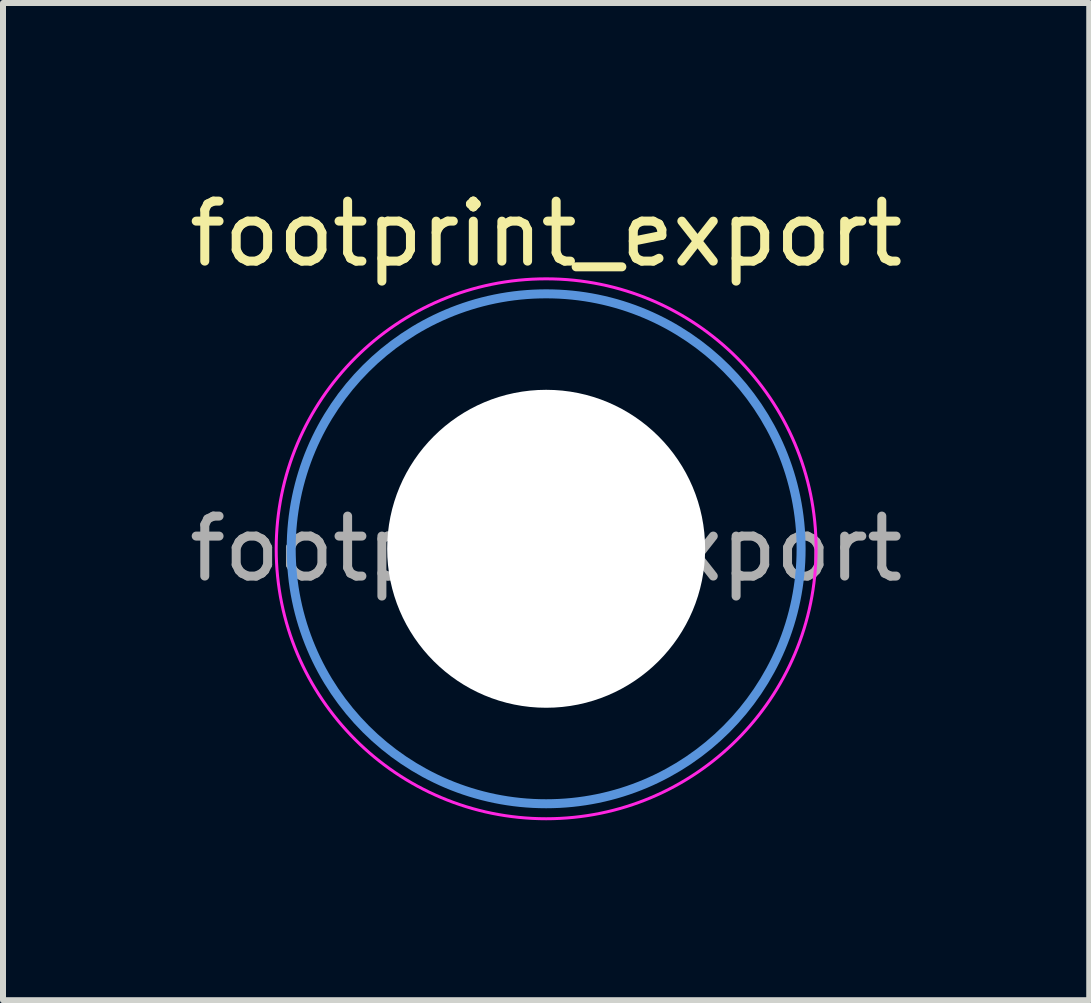
<source format=kicad_pcb>
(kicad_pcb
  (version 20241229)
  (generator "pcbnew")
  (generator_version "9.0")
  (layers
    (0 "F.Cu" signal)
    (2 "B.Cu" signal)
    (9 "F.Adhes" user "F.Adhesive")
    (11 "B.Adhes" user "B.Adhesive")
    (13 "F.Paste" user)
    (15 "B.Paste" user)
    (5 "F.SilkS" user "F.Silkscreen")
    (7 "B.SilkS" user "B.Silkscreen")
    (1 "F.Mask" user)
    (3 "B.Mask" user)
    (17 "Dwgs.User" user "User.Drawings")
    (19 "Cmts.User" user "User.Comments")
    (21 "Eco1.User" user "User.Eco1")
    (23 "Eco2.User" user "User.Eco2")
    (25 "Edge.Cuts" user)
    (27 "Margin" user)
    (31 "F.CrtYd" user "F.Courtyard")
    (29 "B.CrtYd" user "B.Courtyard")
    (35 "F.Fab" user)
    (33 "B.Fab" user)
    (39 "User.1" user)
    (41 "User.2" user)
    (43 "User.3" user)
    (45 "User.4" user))
  (footprint "footprint_export"
    (layer "F.Cu")
    (at 6.054 6.098)
    (property "Reference" "footprint_export" (at 0 -5.25 0) (layer "F.SilkS") (effects (font (size 1 1) (thickness 0.15))))
    (attr exclude_from_pos_files exclude_from_bom)
    (fp_circle (center 0 0) (end 4.25 0) (stroke (width 0.15) (type solid)) (fill no) (layer "Cmts.User"))
    (fp_circle (center 0 0) (end 4.5 0) (stroke (width 0.05) (type solid)) (fill no) (layer "F.CrtYd"))
    (fp_text user "${REFERENCE}" (at 0 0 0) (layer "F.Fab") (effects (font (size 1 1) (thickness 0.15))))
    (pad "" np_thru_hole circle (at 0 0) (size 5.3 5.3) (drill 5.3) (layers "*.Cu" "*.Mask")))
  (gr_rect
    (start -3 -3)
    (end 15.107 13.623)
    (stroke (width 0.1) (type default))
    (fill no)
    (layer "Edge.Cuts")))
</source>
